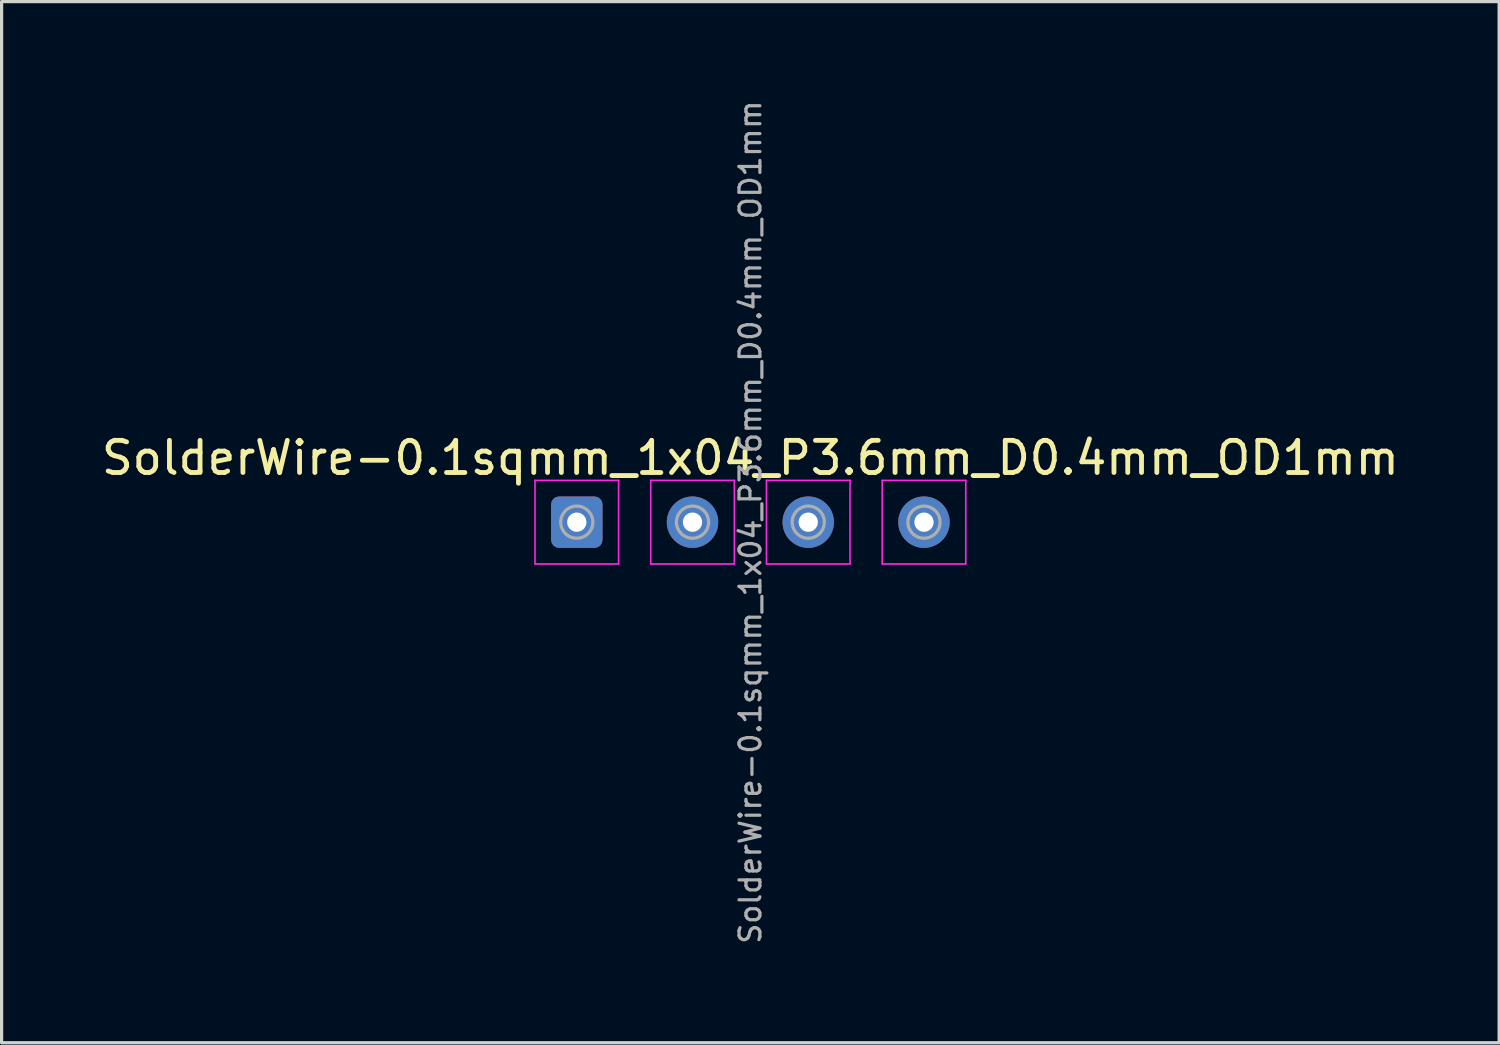
<source format=kicad_pcb>
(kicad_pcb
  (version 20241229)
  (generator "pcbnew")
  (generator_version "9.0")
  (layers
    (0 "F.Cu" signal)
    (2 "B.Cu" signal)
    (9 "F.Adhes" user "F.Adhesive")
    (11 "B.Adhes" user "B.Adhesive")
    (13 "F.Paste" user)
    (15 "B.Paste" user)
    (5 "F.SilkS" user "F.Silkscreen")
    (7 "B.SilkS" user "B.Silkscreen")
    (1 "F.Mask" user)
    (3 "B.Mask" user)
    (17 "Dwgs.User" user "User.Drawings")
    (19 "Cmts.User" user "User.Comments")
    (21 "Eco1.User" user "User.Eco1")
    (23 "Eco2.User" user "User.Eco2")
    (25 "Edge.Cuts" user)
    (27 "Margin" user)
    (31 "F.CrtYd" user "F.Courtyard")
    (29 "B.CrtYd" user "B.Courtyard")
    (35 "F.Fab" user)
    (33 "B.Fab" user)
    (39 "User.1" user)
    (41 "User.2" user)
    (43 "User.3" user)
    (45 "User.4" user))
  (footprint "SolderWire-0.1sqmm_1x04_P3.6mm_D0.4mm_OD1mm"
    (layer "F.Cu")
    (at 14.892 13.193)
    (property "Reference" "SolderWire-0.1sqmm_1x04_P3.6mm_D0.4mm_OD1mm" (at 5.4 -2 0) (layer "F.SilkS") (effects (font (size 1 1) (thickness 0.15))))
    (attr exclude_from_pos_files exclude_from_bom)
    (fp_line (start -1.3 -1.3) (end -1.3 1.3) (stroke (width 0.05) (type solid)) (layer "F.CrtYd"))
    (fp_line (start -1.3 1.3) (end 1.3 1.3) (stroke (width 0.05) (type solid)) (layer "F.CrtYd"))
    (fp_line (start 1.3 -1.3) (end -1.3 -1.3) (stroke (width 0.05) (type solid)) (layer "F.CrtYd"))
    (fp_line (start 1.3 1.3) (end 1.3 -1.3) (stroke (width 0.05) (type solid)) (layer "F.CrtYd"))
    (fp_line (start 2.3 -1.3) (end 2.3 1.3) (stroke (width 0.05) (type solid)) (layer "F.CrtYd"))
    (fp_line (start 2.3 1.3) (end 4.9 1.3) (stroke (width 0.05) (type solid)) (layer "F.CrtYd"))
    (fp_line (start 4.9 -1.3) (end 2.3 -1.3) (stroke (width 0.05) (type solid)) (layer "F.CrtYd"))
    (fp_line (start 4.9 1.3) (end 4.9 -1.3) (stroke (width 0.05) (type solid)) (layer "F.CrtYd"))
    (fp_line (start 5.9 -1.3) (end 5.9 1.3) (stroke (width 0.05) (type solid)) (layer "F.CrtYd"))
    (fp_line (start 5.9 1.3) (end 8.5 1.3) (stroke (width 0.05) (type solid)) (layer "F.CrtYd"))
    (fp_line (start 8.5 -1.3) (end 5.9 -1.3) (stroke (width 0.05) (type solid)) (layer "F.CrtYd"))
    (fp_line (start 8.5 1.3) (end 8.5 -1.3) (stroke (width 0.05) (type solid)) (layer "F.CrtYd"))
    (fp_line (start 9.5 -1.3) (end 9.5 1.3) (stroke (width 0.05) (type solid)) (layer "F.CrtYd"))
    (fp_line (start 9.5 1.3) (end 12.1 1.3) (stroke (width 0.05) (type solid)) (layer "F.CrtYd"))
    (fp_line (start 12.1 -1.3) (end 9.5 -1.3) (stroke (width 0.05) (type solid)) (layer "F.CrtYd"))
    (fp_line (start 12.1 1.3) (end 12.1 -1.3) (stroke (width 0.05) (type solid)) (layer "F.CrtYd"))
    (fp_circle (center 0 0) (end 0.5 0) (stroke (width 0.1) (type solid)) (fill no) (layer "F.Fab"))
    (fp_circle (center 3.6 0) (end 4.1 0) (stroke (width 0.1) (type solid)) (fill no) (layer "F.Fab"))
    (fp_circle (center 7.2 0) (end 7.7 0) (stroke (width 0.1) (type solid)) (fill no) (layer "F.Fab"))
    (fp_circle (center 10.8 0) (end 11.3 0) (stroke (width 0.1) (type solid)) (fill no) (layer "F.Fab"))
    (fp_text user "${REFERENCE}" (at 5.4 0 90) (layer "F.Fab") (effects (font (size 0.65 0.65) (thickness 0.1))))
    (pad "1" thru_hole roundrect (at 0 0) (size 1.6 1.6) (drill 0.6) (layers "*.Cu" "*.Mask") (roundrect_rratio 0.156))
    (pad "2" thru_hole circle (at 3.6 0) (size 1.6 1.6) (drill 0.6) (layers "*.Cu" "*.Mask"))
    (pad "3" thru_hole circle (at 7.2 0) (size 1.6 1.6) (drill 0.6) (layers "*.Cu" "*.Mask"))
    (pad "4" thru_hole circle (at 10.8 0) (size 1.6 1.6) (drill 0.6) (layers "*.Cu" "*.Mask")))
  (gr_rect
    (start -3 -3)
    (end 43.583 29.387)
    (stroke (width 0.1) (type default))
    (fill no)
    (layer "Edge.Cuts")))
</source>
